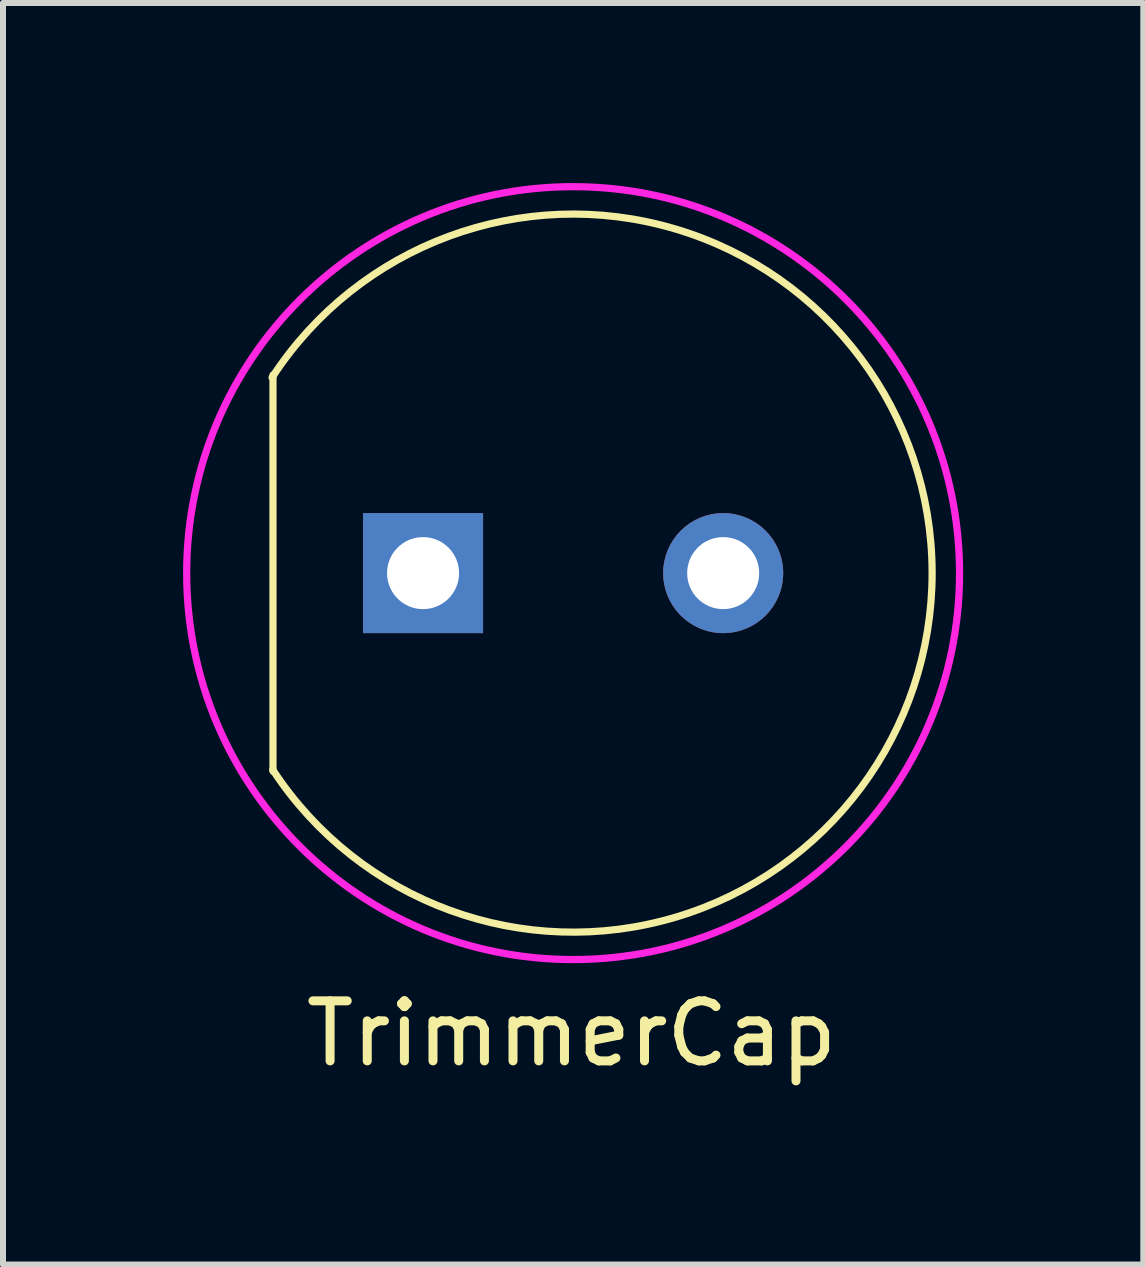
<source format=kicad_pcb>
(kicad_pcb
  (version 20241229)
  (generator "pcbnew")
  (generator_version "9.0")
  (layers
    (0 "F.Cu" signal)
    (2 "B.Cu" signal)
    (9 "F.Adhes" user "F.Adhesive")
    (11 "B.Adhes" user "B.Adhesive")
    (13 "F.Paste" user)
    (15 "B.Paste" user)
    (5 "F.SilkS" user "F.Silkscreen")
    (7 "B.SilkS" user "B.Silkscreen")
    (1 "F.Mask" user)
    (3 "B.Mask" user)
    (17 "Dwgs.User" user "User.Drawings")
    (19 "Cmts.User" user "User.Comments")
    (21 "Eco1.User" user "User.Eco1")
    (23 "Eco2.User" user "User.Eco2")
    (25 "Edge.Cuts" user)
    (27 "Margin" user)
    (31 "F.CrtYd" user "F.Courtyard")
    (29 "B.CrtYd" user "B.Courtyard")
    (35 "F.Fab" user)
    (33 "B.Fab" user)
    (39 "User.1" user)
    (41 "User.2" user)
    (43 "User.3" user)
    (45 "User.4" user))
  (footprint "TrimmerCap"
    (layer "F.Cu")
    (at 6.498 6.498)
    (property "Reference" "TrimmerCap" (at -0.025 7.671 0) (layer "F.SilkS") (effects (font (size 1 1) (thickness 0.15))))
    (attr through_hole)
    (fp_line (start -5 3.3) (end -5 -3.3) (stroke (width 0.12) (type solid)) (layer "F.SilkS"))
    (fp_arc (start -5.015435 -3.25876) (mid 5.981136 -0.010649) (end -5.003799 3.276599) (stroke (width 0.12) (type solid)) (layer "F.SilkS"))
    (fp_circle (center 0 0) (end 6.438 0) (stroke (width 0.12) (type solid)) (fill no) (layer "F.CrtYd"))
    (pad "1" thru_hole rect (at -2.5 0) (size 2 2) (drill 1.2) (layers "*.Cu" "*.Mask"))
    (pad "2" thru_hole circle (at 2.5 0) (size 2 2) (drill 1.2) (layers "*.Cu" "*.Mask")))
  (gr_rect
    (start -3 -3)
    (end 15.997 18.017)
    (stroke (width 0.1) (type default))
    (fill no)
    (layer "Edge.Cuts")))
</source>
